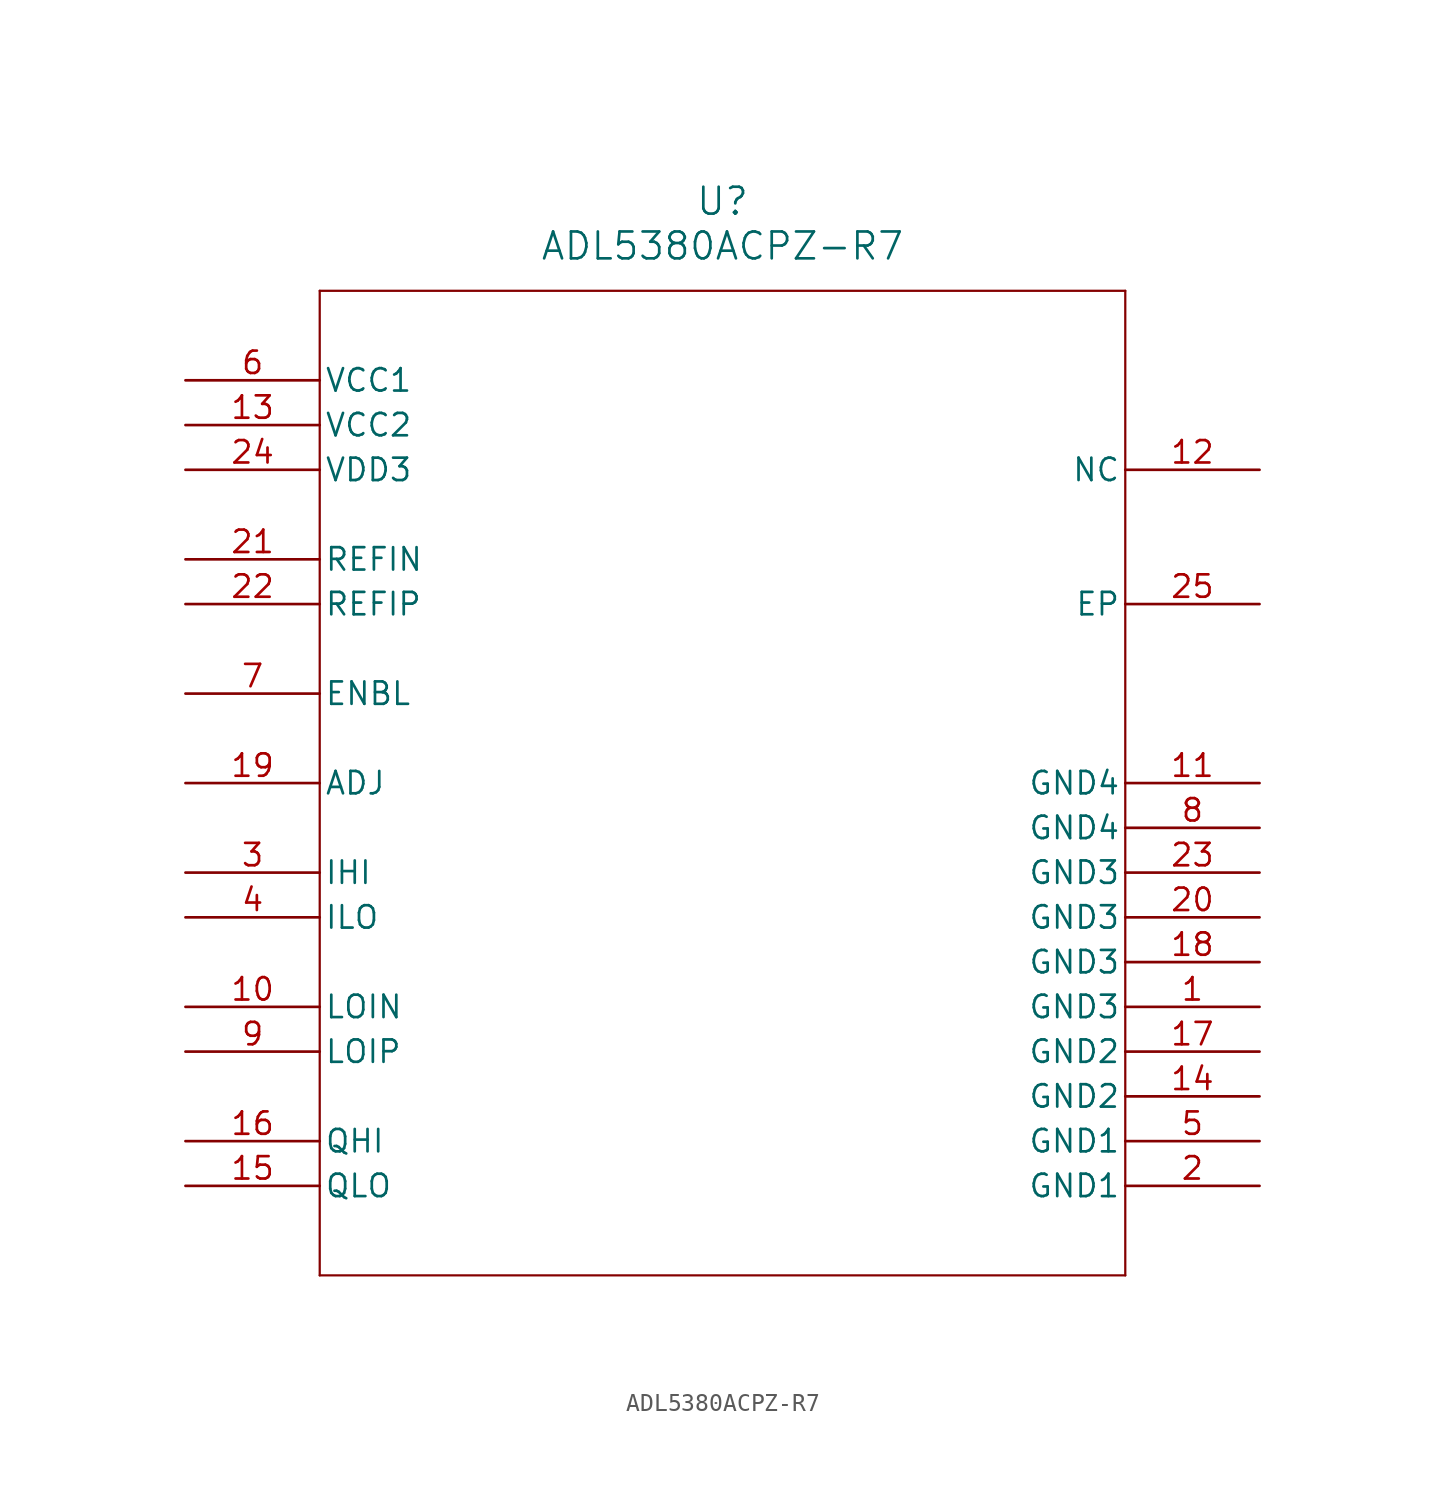
<source format=kicad_sym>
(kicad_symbol_lib
  (version 20211014)
  (generator kicad_symbol_editor)
  (symbol "ADL5380ACPZ-R7"
    (pin_names
      (offset 0.254))
    (property "Reference" "U"
      (at 30.48 10.16 0)
      (effects (font (size 1.524 1.524))))
    (property "Value" "ADL5380ACPZ-R7"
      (at 30.48 7.62 0)
      (effects (font (size 1.524 1.524))))
    (symbol "ADL5380ACPZ-R7_0_1"
      (polyline (pts (xy 7.62 5.08) (xy 7.62 -50.8)) (stroke (width 0.127) (type default) (color 0 0 0 0)) (fill (type none)))
      (polyline (pts (xy 7.62 -50.8) (xy 53.34 -50.8)) (stroke (width 0.127) (type default) (color 0 0 0 0)) (fill (type none)))
      (polyline (pts (xy 53.34 -50.8) (xy 53.34 5.08)) (stroke (width 0.127) (type default) (color 0 0 0 0)) (fill (type none)))
      (polyline (pts (xy 53.34 5.08) (xy 7.62 5.08)) (stroke (width 0.127) (type default) (color 0 0 0 0)) (fill (type none)))
      (pin unspecified line (at 0 -22.86 0) (length 7.62) (name "ADJ" (effects (font (size 1.27 1.27)))) (number "19" (effects (font (size 1.27 1.27)))))
      (pin unspecified line (at 0 -17.78 0) (length 7.62) (name "ENBL" (effects (font (size 1.27 1.27)))) (number "7" (effects (font (size 1.27 1.27)))))
      (pin unspecified line (at 60.96 -12.7 180) (length 7.62) (name "EP" (effects (font (size 1.27 1.27)))) (number "25" (effects (font (size 1.27 1.27)))))
      (pin unspecified line (at 60.96 -45.72 180) (length 7.62) (name "GND1" (effects (font (size 1.27 1.27)))) (number "2" (effects (font (size 1.27 1.27)))))
      (pin unspecified line (at 60.96 -43.18 180) (length 7.62) (name "GND1" (effects (font (size 1.27 1.27)))) (number "5" (effects (font (size 1.27 1.27)))))
      (pin unspecified line (at 60.96 -40.64 180) (length 7.62) (name "GND2" (effects (font (size 1.27 1.27)))) (number "14" (effects (font (size 1.27 1.27)))))
      (pin unspecified line (at 60.96 -38.1 180) (length 7.62) (name "GND2" (effects (font (size 1.27 1.27)))) (number "17" (effects (font (size 1.27 1.27)))))
      (pin unspecified line (at 60.96 -35.56 180) (length 7.62) (name "GND3" (effects (font (size 1.27 1.27)))) (number "1" (effects (font (size 1.27 1.27)))))
      (pin unspecified line (at 60.96 -33.02 180) (length 7.62) (name "GND3" (effects (font (size 1.27 1.27)))) (number "18" (effects (font (size 1.27 1.27)))))
      (pin unspecified line (at 60.96 -30.48 180) (length 7.62) (name "GND3" (effects (font (size 1.27 1.27)))) (number "20" (effects (font (size 1.27 1.27)))))
      (pin unspecified line (at 60.96 -27.94 180) (length 7.62) (name "GND3" (effects (font (size 1.27 1.27)))) (number "23" (effects (font (size 1.27 1.27)))))
      (pin unspecified line (at 60.96 -25.4 180) (length 7.62) (name "GND4" (effects (font (size 1.27 1.27)))) (number "8" (effects (font (size 1.27 1.27)))))
      (pin unspecified line (at 60.96 -22.86 180) (length 7.62) (name "GND4" (effects (font (size 1.27 1.27)))) (number "11" (effects (font (size 1.27 1.27)))))
      (pin unspecified line (at 0 -27.94 0) (length 7.62) (name "IHI" (effects (font (size 1.27 1.27)))) (number "3" (effects (font (size 1.27 1.27)))))
      (pin unspecified line (at 0 -30.48 0) (length 7.62) (name "ILO" (effects (font (size 1.27 1.27)))) (number "4" (effects (font (size 1.27 1.27)))))
      (pin unspecified line (at 0 -35.56 0) (length 7.62) (name "LOIN" (effects (font (size 1.27 1.27)))) (number "10" (effects (font (size 1.27 1.27)))))
      (pin unspecified line (at 0 -38.1 0) (length 7.62) (name "LOIP" (effects (font (size 1.27 1.27)))) (number "9" (effects (font (size 1.27 1.27)))))
      (pin unspecified line (at 60.96 -5.08 180) (length 7.62) (name "NC" (effects (font (size 1.27 1.27)))) (number "12" (effects (font (size 1.27 1.27)))))
      (pin unspecified line (at 0 -43.18 0) (length 7.62) (name "QHI" (effects (font (size 1.27 1.27)))) (number "16" (effects (font (size 1.27 1.27)))))
      (pin unspecified line (at 0 -45.72 0) (length 7.62) (name "QLO" (effects (font (size 1.27 1.27)))) (number "15" (effects (font (size 1.27 1.27)))))
      (pin unspecified line (at 0 -10.16 0) (length 7.62) (name "REFIN" (effects (font (size 1.27 1.27)))) (number "21" (effects (font (size 1.27 1.27)))))
      (pin unspecified line (at 0 -12.7 0) (length 7.62) (name "REFIP" (effects (font (size 1.27 1.27)))) (number "22" (effects (font (size 1.27 1.27)))))
      (pin unspecified line (at 0 0 0) (length 7.62) (name "VCC1" (effects (font (size 1.27 1.27)))) (number "6" (effects (font (size 1.27 1.27)))))
      (pin unspecified line (at 0 -2.54 0) (length 7.62) (name "VCC2" (effects (font (size 1.27 1.27)))) (number "13" (effects (font (size 1.27 1.27)))))
      (pin unspecified line (at 0 -5.08 0) (length 7.62) (name "VDD3" (effects (font (size 1.27 1.27)))) (number "24" (effects (font (size 1.27 1.27))))))))
</source>
